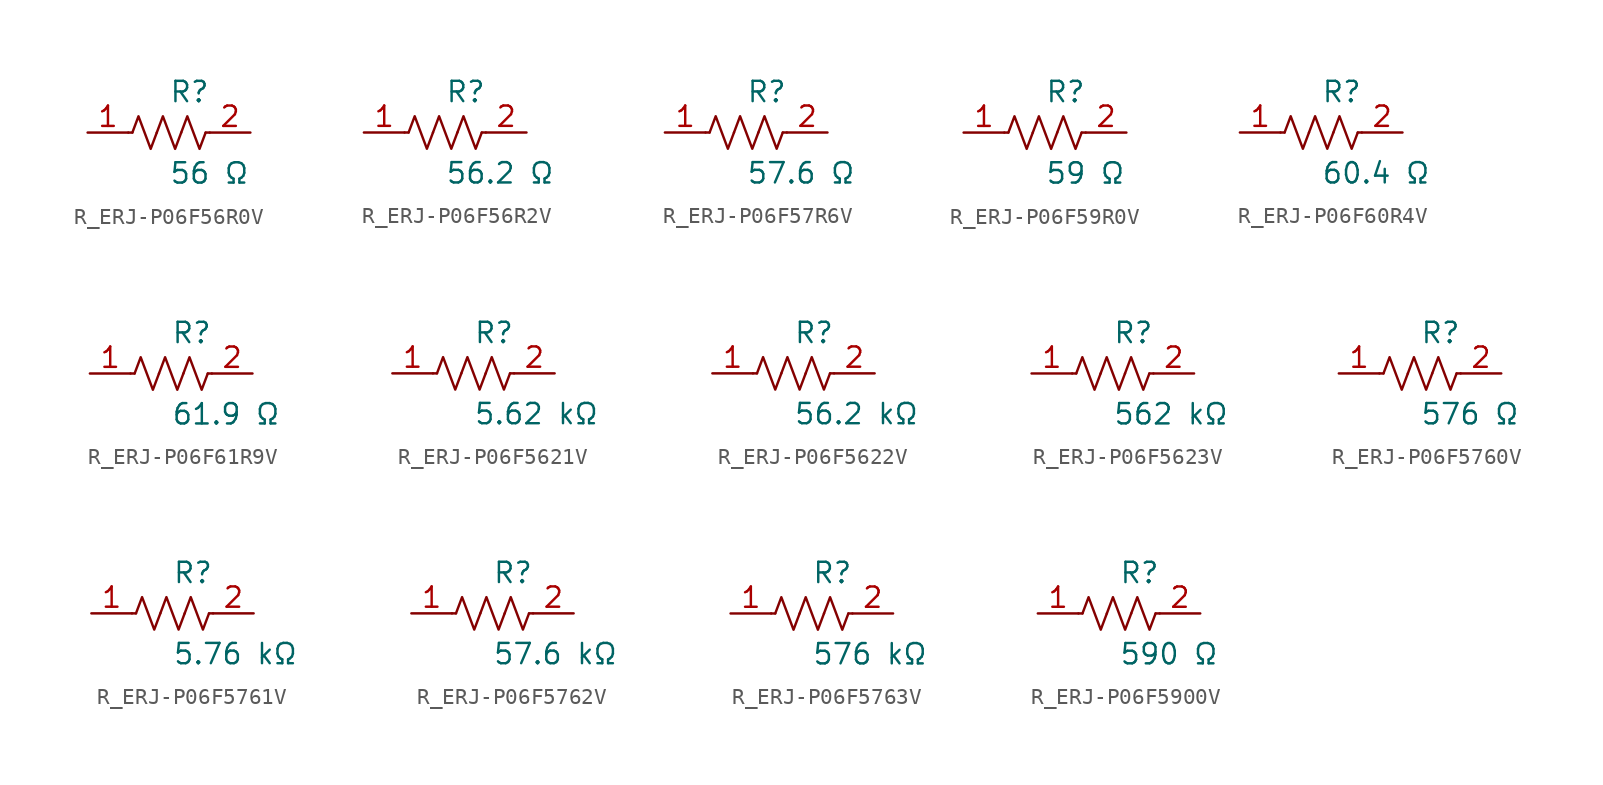
<source format=kicad_sym>
(kicad_symbol_lib
  (version 20231120)
  (generator kicad_symbol_editor)
  (generator_version 8.0)
  (symbol "R_ERJ-P06F56R0V"
    (pin_names
      (offset 0.254))
    (property "Reference" "R"
      (at 0.0 2.54 0)
      (effects (font (size 1.27 1.27)) (justify left)))
    (property "Value" "56 Ω"
      (at 0.0 -2.54 0)
      (effects (font (size 1.27 1.27)) (justify left)))
    (symbol "R_ERJ-P06F56R0V_0_1"
      (polyline (pts (xy 2.286 0) (xy 2.54 0)) (stroke (width 0) (type default)) (fill (type none)))
      (polyline (pts (xy -2.286 0) (xy -2.54 0)) (stroke (width 0) (type default)) (fill (type none)))
      (polyline (pts (xy 0.762 0) (xy 1.143 1.016) (xy 1.524 0) (xy 1.905 -1.016) (xy 2.286 0)) (stroke (width 0) (type default)) (fill (type none)))
      (polyline (pts (xy -0.762 0) (xy -0.381 1.016) (xy 0 0) (xy 0.381 -1.016) (xy 0.762 0)) (stroke (width 0) (type default)) (fill (type none)))
      (polyline (pts (xy -2.286 0) (xy -1.905 1.016) (xy -1.524 0) (xy -1.143 -1.016) (xy -0.762 0)) (stroke (width 0) (type default)) (fill (type none))))
    (pin unspecified line
      (at -5.08 0 0)
      (length 2.54)
      (name "" (effects (font (size 1.27 1.27))))
      (number "1" (effects (font (size 1.27 1.27)))))
    (pin unspecified line
      (at 5.08 0 180)
      (length 2.54)
      (name "" (effects (font (size 1.27 1.27))))
      (number "2" (effects (font (size 1.27 1.27))))))
  (symbol "R_ERJ-P06F56R2V"
    (pin_names
      (offset 0.254))
    (property "Reference" "R"
      (at 0.0 2.54 0)
      (effects (font (size 1.27 1.27)) (justify left)))
    (property "Value" "56.2 Ω"
      (at 0.0 -2.54 0)
      (effects (font (size 1.27 1.27)) (justify left)))
    (symbol "R_ERJ-P06F56R2V_0_1"
      (polyline (pts (xy 2.286 0) (xy 2.54 0)) (stroke (width 0) (type default)) (fill (type none)))
      (polyline (pts (xy -2.286 0) (xy -2.54 0)) (stroke (width 0) (type default)) (fill (type none)))
      (polyline (pts (xy 0.762 0) (xy 1.143 1.016) (xy 1.524 0) (xy 1.905 -1.016) (xy 2.286 0)) (stroke (width 0) (type default)) (fill (type none)))
      (polyline (pts (xy -0.762 0) (xy -0.381 1.016) (xy 0 0) (xy 0.381 -1.016) (xy 0.762 0)) (stroke (width 0) (type default)) (fill (type none)))
      (polyline (pts (xy -2.286 0) (xy -1.905 1.016) (xy -1.524 0) (xy -1.143 -1.016) (xy -0.762 0)) (stroke (width 0) (type default)) (fill (type none))))
    (pin unspecified line
      (at -5.08 0 0)
      (length 2.54)
      (name "" (effects (font (size 1.27 1.27))))
      (number "1" (effects (font (size 1.27 1.27)))))
    (pin unspecified line
      (at 5.08 0 180)
      (length 2.54)
      (name "" (effects (font (size 1.27 1.27))))
      (number "2" (effects (font (size 1.27 1.27))))))
  (symbol "R_ERJ-P06F57R6V"
    (pin_names
      (offset 0.254))
    (property "Reference" "R"
      (at 0.0 2.54 0)
      (effects (font (size 1.27 1.27)) (justify left)))
    (property "Value" "57.6 Ω"
      (at 0.0 -2.54 0)
      (effects (font (size 1.27 1.27)) (justify left)))
    (symbol "R_ERJ-P06F57R6V_0_1"
      (polyline (pts (xy 2.286 0) (xy 2.54 0)) (stroke (width 0) (type default)) (fill (type none)))
      (polyline (pts (xy -2.286 0) (xy -2.54 0)) (stroke (width 0) (type default)) (fill (type none)))
      (polyline (pts (xy 0.762 0) (xy 1.143 1.016) (xy 1.524 0) (xy 1.905 -1.016) (xy 2.286 0)) (stroke (width 0) (type default)) (fill (type none)))
      (polyline (pts (xy -0.762 0) (xy -0.381 1.016) (xy 0 0) (xy 0.381 -1.016) (xy 0.762 0)) (stroke (width 0) (type default)) (fill (type none)))
      (polyline (pts (xy -2.286 0) (xy -1.905 1.016) (xy -1.524 0) (xy -1.143 -1.016) (xy -0.762 0)) (stroke (width 0) (type default)) (fill (type none))))
    (pin unspecified line
      (at -5.08 0 0)
      (length 2.54)
      (name "" (effects (font (size 1.27 1.27))))
      (number "1" (effects (font (size 1.27 1.27)))))
    (pin unspecified line
      (at 5.08 0 180)
      (length 2.54)
      (name "" (effects (font (size 1.27 1.27))))
      (number "2" (effects (font (size 1.27 1.27))))))
  (symbol "R_ERJ-P06F59R0V"
    (pin_names
      (offset 0.254))
    (property "Reference" "R"
      (at 0.0 2.54 0)
      (effects (font (size 1.27 1.27)) (justify left)))
    (property "Value" "59 Ω"
      (at 0.0 -2.54 0)
      (effects (font (size 1.27 1.27)) (justify left)))
    (symbol "R_ERJ-P06F59R0V_0_1"
      (polyline (pts (xy 2.286 0) (xy 2.54 0)) (stroke (width 0) (type default)) (fill (type none)))
      (polyline (pts (xy -2.286 0) (xy -2.54 0)) (stroke (width 0) (type default)) (fill (type none)))
      (polyline (pts (xy 0.762 0) (xy 1.143 1.016) (xy 1.524 0) (xy 1.905 -1.016) (xy 2.286 0)) (stroke (width 0) (type default)) (fill (type none)))
      (polyline (pts (xy -0.762 0) (xy -0.381 1.016) (xy 0 0) (xy 0.381 -1.016) (xy 0.762 0)) (stroke (width 0) (type default)) (fill (type none)))
      (polyline (pts (xy -2.286 0) (xy -1.905 1.016) (xy -1.524 0) (xy -1.143 -1.016) (xy -0.762 0)) (stroke (width 0) (type default)) (fill (type none))))
    (pin unspecified line
      (at -5.08 0 0)
      (length 2.54)
      (name "" (effects (font (size 1.27 1.27))))
      (number "1" (effects (font (size 1.27 1.27)))))
    (pin unspecified line
      (at 5.08 0 180)
      (length 2.54)
      (name "" (effects (font (size 1.27 1.27))))
      (number "2" (effects (font (size 1.27 1.27))))))
  (symbol "R_ERJ-P06F60R4V"
    (pin_names
      (offset 0.254))
    (property "Reference" "R"
      (at 0.0 2.54 0)
      (effects (font (size 1.27 1.27)) (justify left)))
    (property "Value" "60.4 Ω"
      (at 0.0 -2.54 0)
      (effects (font (size 1.27 1.27)) (justify left)))
    (symbol "R_ERJ-P06F60R4V_0_1"
      (polyline (pts (xy 2.286 0) (xy 2.54 0)) (stroke (width 0) (type default)) (fill (type none)))
      (polyline (pts (xy -2.286 0) (xy -2.54 0)) (stroke (width 0) (type default)) (fill (type none)))
      (polyline (pts (xy 0.762 0) (xy 1.143 1.016) (xy 1.524 0) (xy 1.905 -1.016) (xy 2.286 0)) (stroke (width 0) (type default)) (fill (type none)))
      (polyline (pts (xy -0.762 0) (xy -0.381 1.016) (xy 0 0) (xy 0.381 -1.016) (xy 0.762 0)) (stroke (width 0) (type default)) (fill (type none)))
      (polyline (pts (xy -2.286 0) (xy -1.905 1.016) (xy -1.524 0) (xy -1.143 -1.016) (xy -0.762 0)) (stroke (width 0) (type default)) (fill (type none))))
    (pin unspecified line
      (at -5.08 0 0)
      (length 2.54)
      (name "" (effects (font (size 1.27 1.27))))
      (number "1" (effects (font (size 1.27 1.27)))))
    (pin unspecified line
      (at 5.08 0 180)
      (length 2.54)
      (name "" (effects (font (size 1.27 1.27))))
      (number "2" (effects (font (size 1.27 1.27))))))
  (symbol "R_ERJ-P06F61R9V"
    (pin_names
      (offset 0.254))
    (property "Reference" "R"
      (at 0.0 2.54 0)
      (effects (font (size 1.27 1.27)) (justify left)))
    (property "Value" "61.9 Ω"
      (at 0.0 -2.54 0)
      (effects (font (size 1.27 1.27)) (justify left)))
    (symbol "R_ERJ-P06F61R9V_0_1"
      (polyline (pts (xy 2.286 0) (xy 2.54 0)) (stroke (width 0) (type default)) (fill (type none)))
      (polyline (pts (xy -2.286 0) (xy -2.54 0)) (stroke (width 0) (type default)) (fill (type none)))
      (polyline (pts (xy 0.762 0) (xy 1.143 1.016) (xy 1.524 0) (xy 1.905 -1.016) (xy 2.286 0)) (stroke (width 0) (type default)) (fill (type none)))
      (polyline (pts (xy -0.762 0) (xy -0.381 1.016) (xy 0 0) (xy 0.381 -1.016) (xy 0.762 0)) (stroke (width 0) (type default)) (fill (type none)))
      (polyline (pts (xy -2.286 0) (xy -1.905 1.016) (xy -1.524 0) (xy -1.143 -1.016) (xy -0.762 0)) (stroke (width 0) (type default)) (fill (type none))))
    (pin unspecified line
      (at -5.08 0 0)
      (length 2.54)
      (name "" (effects (font (size 1.27 1.27))))
      (number "1" (effects (font (size 1.27 1.27)))))
    (pin unspecified line
      (at 5.08 0 180)
      (length 2.54)
      (name "" (effects (font (size 1.27 1.27))))
      (number "2" (effects (font (size 1.27 1.27))))))
  (symbol "R_ERJ-P06F5621V"
    (pin_names
      (offset 0.254))
    (property "Reference" "R"
      (at 0.0 2.54 0)
      (effects (font (size 1.27 1.27)) (justify left)))
    (property "Value" "5.62 kΩ"
      (at 0.0 -2.54 0)
      (effects (font (size 1.27 1.27)) (justify left)))
    (symbol "R_ERJ-P06F5621V_0_1"
      (polyline (pts (xy 2.286 0) (xy 2.54 0)) (stroke (width 0) (type default)) (fill (type none)))
      (polyline (pts (xy -2.286 0) (xy -2.54 0)) (stroke (width 0) (type default)) (fill (type none)))
      (polyline (pts (xy 0.762 0) (xy 1.143 1.016) (xy 1.524 0) (xy 1.905 -1.016) (xy 2.286 0)) (stroke (width 0) (type default)) (fill (type none)))
      (polyline (pts (xy -0.762 0) (xy -0.381 1.016) (xy 0 0) (xy 0.381 -1.016) (xy 0.762 0)) (stroke (width 0) (type default)) (fill (type none)))
      (polyline (pts (xy -2.286 0) (xy -1.905 1.016) (xy -1.524 0) (xy -1.143 -1.016) (xy -0.762 0)) (stroke (width 0) (type default)) (fill (type none))))
    (pin unspecified line
      (at -5.08 0 0)
      (length 2.54)
      (name "" (effects (font (size 1.27 1.27))))
      (number "1" (effects (font (size 1.27 1.27)))))
    (pin unspecified line
      (at 5.08 0 180)
      (length 2.54)
      (name "" (effects (font (size 1.27 1.27))))
      (number "2" (effects (font (size 1.27 1.27))))))
  (symbol "R_ERJ-P06F5622V"
    (pin_names
      (offset 0.254))
    (property "Reference" "R"
      (at 0.0 2.54 0)
      (effects (font (size 1.27 1.27)) (justify left)))
    (property "Value" "56.2 kΩ"
      (at 0.0 -2.54 0)
      (effects (font (size 1.27 1.27)) (justify left)))
    (symbol "R_ERJ-P06F5622V_0_1"
      (polyline (pts (xy 2.286 0) (xy 2.54 0)) (stroke (width 0) (type default)) (fill (type none)))
      (polyline (pts (xy -2.286 0) (xy -2.54 0)) (stroke (width 0) (type default)) (fill (type none)))
      (polyline (pts (xy 0.762 0) (xy 1.143 1.016) (xy 1.524 0) (xy 1.905 -1.016) (xy 2.286 0)) (stroke (width 0) (type default)) (fill (type none)))
      (polyline (pts (xy -0.762 0) (xy -0.381 1.016) (xy 0 0) (xy 0.381 -1.016) (xy 0.762 0)) (stroke (width 0) (type default)) (fill (type none)))
      (polyline (pts (xy -2.286 0) (xy -1.905 1.016) (xy -1.524 0) (xy -1.143 -1.016) (xy -0.762 0)) (stroke (width 0) (type default)) (fill (type none))))
    (pin unspecified line
      (at -5.08 0 0)
      (length 2.54)
      (name "" (effects (font (size 1.27 1.27))))
      (number "1" (effects (font (size 1.27 1.27)))))
    (pin unspecified line
      (at 5.08 0 180)
      (length 2.54)
      (name "" (effects (font (size 1.27 1.27))))
      (number "2" (effects (font (size 1.27 1.27))))))
  (symbol "R_ERJ-P06F5623V"
    (pin_names
      (offset 0.254))
    (property "Reference" "R"
      (at 0.0 2.54 0)
      (effects (font (size 1.27 1.27)) (justify left)))
    (property "Value" "562 kΩ"
      (at 0.0 -2.54 0)
      (effects (font (size 1.27 1.27)) (justify left)))
    (symbol "R_ERJ-P06F5623V_0_1"
      (polyline (pts (xy 2.286 0) (xy 2.54 0)) (stroke (width 0) (type default)) (fill (type none)))
      (polyline (pts (xy -2.286 0) (xy -2.54 0)) (stroke (width 0) (type default)) (fill (type none)))
      (polyline (pts (xy 0.762 0) (xy 1.143 1.016) (xy 1.524 0) (xy 1.905 -1.016) (xy 2.286 0)) (stroke (width 0) (type default)) (fill (type none)))
      (polyline (pts (xy -0.762 0) (xy -0.381 1.016) (xy 0 0) (xy 0.381 -1.016) (xy 0.762 0)) (stroke (width 0) (type default)) (fill (type none)))
      (polyline (pts (xy -2.286 0) (xy -1.905 1.016) (xy -1.524 0) (xy -1.143 -1.016) (xy -0.762 0)) (stroke (width 0) (type default)) (fill (type none))))
    (pin unspecified line
      (at -5.08 0 0)
      (length 2.54)
      (name "" (effects (font (size 1.27 1.27))))
      (number "1" (effects (font (size 1.27 1.27)))))
    (pin unspecified line
      (at 5.08 0 180)
      (length 2.54)
      (name "" (effects (font (size 1.27 1.27))))
      (number "2" (effects (font (size 1.27 1.27))))))
  (symbol "R_ERJ-P06F5760V"
    (pin_names
      (offset 0.254))
    (property "Reference" "R"
      (at 0.0 2.54 0)
      (effects (font (size 1.27 1.27)) (justify left)))
    (property "Value" "576 Ω"
      (at 0.0 -2.54 0)
      (effects (font (size 1.27 1.27)) (justify left)))
    (symbol "R_ERJ-P06F5760V_0_1"
      (polyline (pts (xy 2.286 0) (xy 2.54 0)) (stroke (width 0) (type default)) (fill (type none)))
      (polyline (pts (xy -2.286 0) (xy -2.54 0)) (stroke (width 0) (type default)) (fill (type none)))
      (polyline (pts (xy 0.762 0) (xy 1.143 1.016) (xy 1.524 0) (xy 1.905 -1.016) (xy 2.286 0)) (stroke (width 0) (type default)) (fill (type none)))
      (polyline (pts (xy -0.762 0) (xy -0.381 1.016) (xy 0 0) (xy 0.381 -1.016) (xy 0.762 0)) (stroke (width 0) (type default)) (fill (type none)))
      (polyline (pts (xy -2.286 0) (xy -1.905 1.016) (xy -1.524 0) (xy -1.143 -1.016) (xy -0.762 0)) (stroke (width 0) (type default)) (fill (type none))))
    (pin unspecified line
      (at -5.08 0 0)
      (length 2.54)
      (name "" (effects (font (size 1.27 1.27))))
      (number "1" (effects (font (size 1.27 1.27)))))
    (pin unspecified line
      (at 5.08 0 180)
      (length 2.54)
      (name "" (effects (font (size 1.27 1.27))))
      (number "2" (effects (font (size 1.27 1.27))))))
  (symbol "R_ERJ-P06F5761V"
    (pin_names
      (offset 0.254))
    (property "Reference" "R"
      (at 0.0 2.54 0)
      (effects (font (size 1.27 1.27)) (justify left)))
    (property "Value" "5.76 kΩ"
      (at 0.0 -2.54 0)
      (effects (font (size 1.27 1.27)) (justify left)))
    (symbol "R_ERJ-P06F5761V_0_1"
      (polyline (pts (xy 2.286 0) (xy 2.54 0)) (stroke (width 0) (type default)) (fill (type none)))
      (polyline (pts (xy -2.286 0) (xy -2.54 0)) (stroke (width 0) (type default)) (fill (type none)))
      (polyline (pts (xy 0.762 0) (xy 1.143 1.016) (xy 1.524 0) (xy 1.905 -1.016) (xy 2.286 0)) (stroke (width 0) (type default)) (fill (type none)))
      (polyline (pts (xy -0.762 0) (xy -0.381 1.016) (xy 0 0) (xy 0.381 -1.016) (xy 0.762 0)) (stroke (width 0) (type default)) (fill (type none)))
      (polyline (pts (xy -2.286 0) (xy -1.905 1.016) (xy -1.524 0) (xy -1.143 -1.016) (xy -0.762 0)) (stroke (width 0) (type default)) (fill (type none))))
    (pin unspecified line
      (at -5.08 0 0)
      (length 2.54)
      (name "" (effects (font (size 1.27 1.27))))
      (number "1" (effects (font (size 1.27 1.27)))))
    (pin unspecified line
      (at 5.08 0 180)
      (length 2.54)
      (name "" (effects (font (size 1.27 1.27))))
      (number "2" (effects (font (size 1.27 1.27))))))
  (symbol "R_ERJ-P06F5762V"
    (pin_names
      (offset 0.254))
    (property "Reference" "R"
      (at 0.0 2.54 0)
      (effects (font (size 1.27 1.27)) (justify left)))
    (property "Value" "57.6 kΩ"
      (at 0.0 -2.54 0)
      (effects (font (size 1.27 1.27)) (justify left)))
    (symbol "R_ERJ-P06F5762V_0_1"
      (polyline (pts (xy 2.286 0) (xy 2.54 0)) (stroke (width 0) (type default)) (fill (type none)))
      (polyline (pts (xy -2.286 0) (xy -2.54 0)) (stroke (width 0) (type default)) (fill (type none)))
      (polyline (pts (xy 0.762 0) (xy 1.143 1.016) (xy 1.524 0) (xy 1.905 -1.016) (xy 2.286 0)) (stroke (width 0) (type default)) (fill (type none)))
      (polyline (pts (xy -0.762 0) (xy -0.381 1.016) (xy 0 0) (xy 0.381 -1.016) (xy 0.762 0)) (stroke (width 0) (type default)) (fill (type none)))
      (polyline (pts (xy -2.286 0) (xy -1.905 1.016) (xy -1.524 0) (xy -1.143 -1.016) (xy -0.762 0)) (stroke (width 0) (type default)) (fill (type none))))
    (pin unspecified line
      (at -5.08 0 0)
      (length 2.54)
      (name "" (effects (font (size 1.27 1.27))))
      (number "1" (effects (font (size 1.27 1.27)))))
    (pin unspecified line
      (at 5.08 0 180)
      (length 2.54)
      (name "" (effects (font (size 1.27 1.27))))
      (number "2" (effects (font (size 1.27 1.27))))))
  (symbol "R_ERJ-P06F5763V"
    (pin_names
      (offset 0.254))
    (property "Reference" "R"
      (at 0.0 2.54 0)
      (effects (font (size 1.27 1.27)) (justify left)))
    (property "Value" "576 kΩ"
      (at 0.0 -2.54 0)
      (effects (font (size 1.27 1.27)) (justify left)))
    (symbol "R_ERJ-P06F5763V_0_1"
      (polyline (pts (xy 2.286 0) (xy 2.54 0)) (stroke (width 0) (type default)) (fill (type none)))
      (polyline (pts (xy -2.286 0) (xy -2.54 0)) (stroke (width 0) (type default)) (fill (type none)))
      (polyline (pts (xy 0.762 0) (xy 1.143 1.016) (xy 1.524 0) (xy 1.905 -1.016) (xy 2.286 0)) (stroke (width 0) (type default)) (fill (type none)))
      (polyline (pts (xy -0.762 0) (xy -0.381 1.016) (xy 0 0) (xy 0.381 -1.016) (xy 0.762 0)) (stroke (width 0) (type default)) (fill (type none)))
      (polyline (pts (xy -2.286 0) (xy -1.905 1.016) (xy -1.524 0) (xy -1.143 -1.016) (xy -0.762 0)) (stroke (width 0) (type default)) (fill (type none))))
    (pin unspecified line
      (at -5.08 0 0)
      (length 2.54)
      (name "" (effects (font (size 1.27 1.27))))
      (number "1" (effects (font (size 1.27 1.27)))))
    (pin unspecified line
      (at 5.08 0 180)
      (length 2.54)
      (name "" (effects (font (size 1.27 1.27))))
      (number "2" (effects (font (size 1.27 1.27))))))
  (symbol "R_ERJ-P06F5900V"
    (pin_names
      (offset 0.254))
    (property "Reference" "R"
      (at 0.0 2.54 0)
      (effects (font (size 1.27 1.27)) (justify left)))
    (property "Value" "590 Ω"
      (at 0.0 -2.54 0)
      (effects (font (size 1.27 1.27)) (justify left)))
    (symbol "R_ERJ-P06F5900V_0_1"
      (polyline (pts (xy 2.286 0) (xy 2.54 0)) (stroke (width 0) (type default)) (fill (type none)))
      (polyline (pts (xy -2.286 0) (xy -2.54 0)) (stroke (width 0) (type default)) (fill (type none)))
      (polyline (pts (xy 0.762 0) (xy 1.143 1.016) (xy 1.524 0) (xy 1.905 -1.016) (xy 2.286 0)) (stroke (width 0) (type default)) (fill (type none)))
      (polyline (pts (xy -0.762 0) (xy -0.381 1.016) (xy 0 0) (xy 0.381 -1.016) (xy 0.762 0)) (stroke (width 0) (type default)) (fill (type none)))
      (polyline (pts (xy -2.286 0) (xy -1.905 1.016) (xy -1.524 0) (xy -1.143 -1.016) (xy -0.762 0)) (stroke (width 0) (type default)) (fill (type none))))
    (pin unspecified line
      (at -5.08 0 0)
      (length 2.54)
      (name "" (effects (font (size 1.27 1.27))))
      (number "1" (effects (font (size 1.27 1.27)))))
    (pin unspecified line
      (at 5.08 0 180)
      (length 2.54)
      (name "" (effects (font (size 1.27 1.27))))
      (number "2" (effects (font (size 1.27 1.27)))))))
</source>
